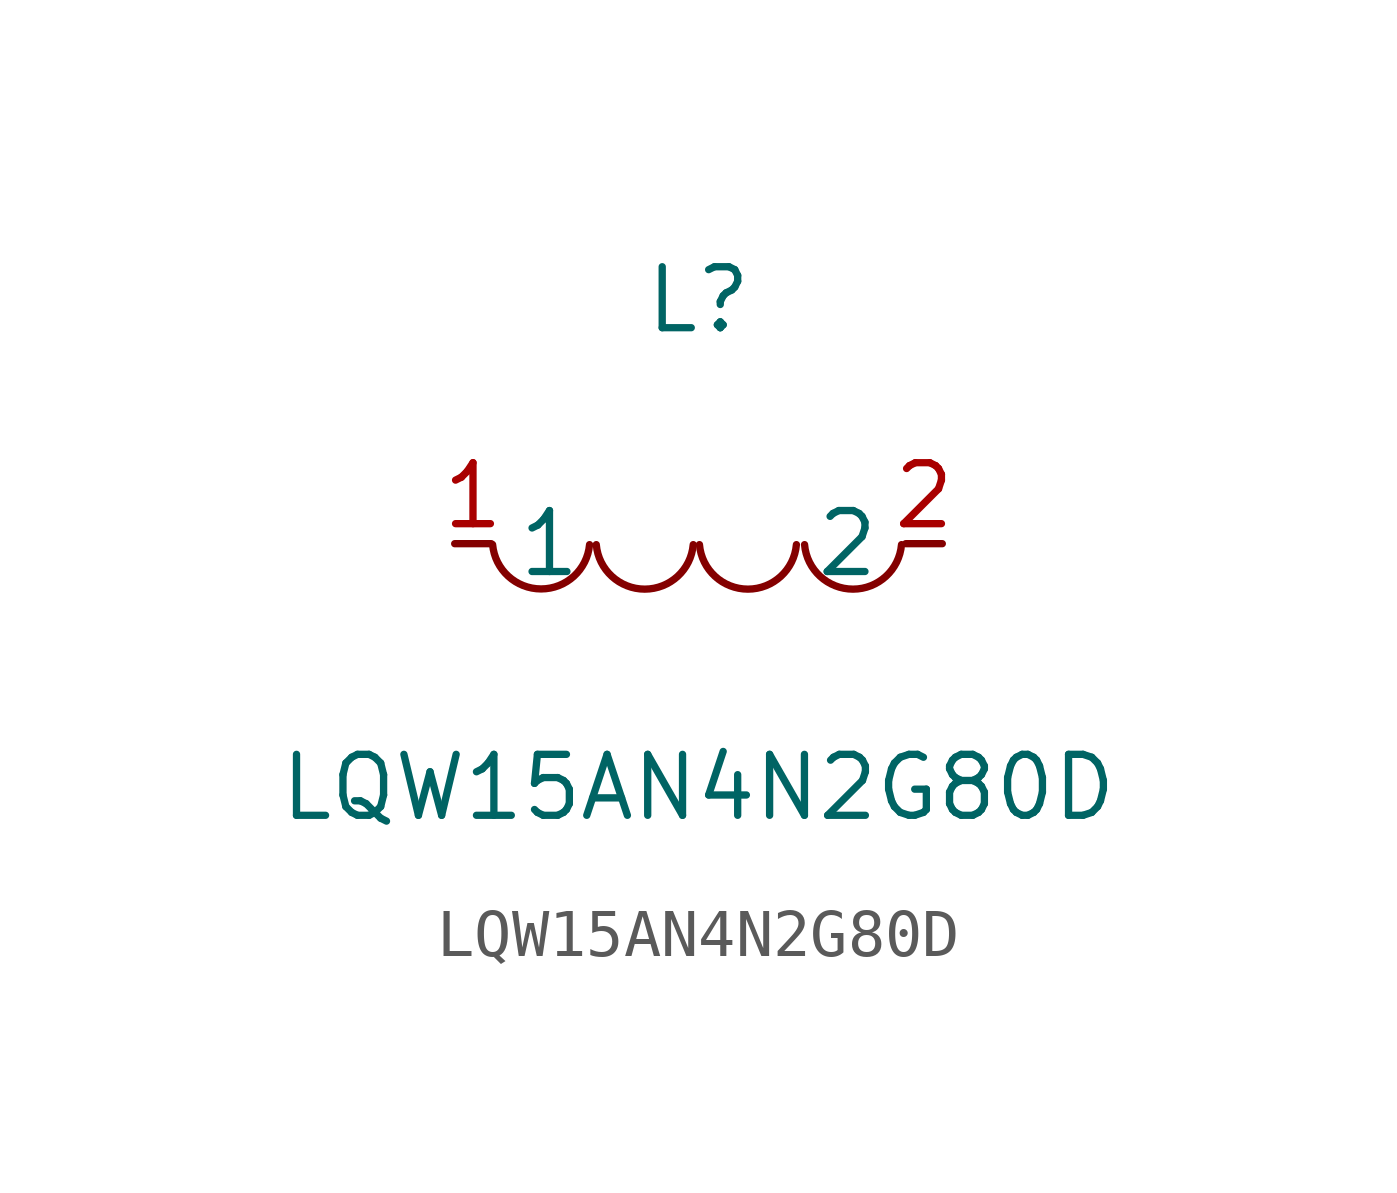
<source format=kicad_sym>
(kicad_symbol_lib
  (version 1)
  (generator "faebryk")
  (symbol "LQW15AN4N2G80D"
    (property "Reference" "L"
      (at 0 5.08 0)
      (effects (font (size 1.27 1.27)) (hide no)))
    (property "Value" "LQW15AN4N2G80D"
      (at 0 -5.08 0)
      (effects (font (size 1.27 1.27)) (hide no)))
    (symbol "LQW15AN4N2G80D_0_1"
      (arc (start 2.21 -0.02) (mid 3.68 -1.01) (end 4.23 -0.02) (stroke (width 0) (type default) (color 0 0 0 0)) (fill (type none)))
      (arc (start 0.02 -0.02) (mid 1.49 -1.01) (end 2.04 -0.02) (stroke (width 0) (type default) (color 0 0 0 0)) (fill (type none)))
      (arc (start -2.13 -0.02) (mid -0.66 -1.01) (end -0.11 -0.02) (stroke (width 0) (type default) (color 0 0 0 0)) (fill (type none)))
      (arc (start -4.29 -0.02) (mid -2.81 -1.01) (end -2.27 -0.02) (stroke (width 0) (type default) (color 0 0 0 0)) (fill (type none)))
      (pin unspecified line (at -5.08 0 0) (length 0.762) (name "1" (effects (font (size 1.27 1.27)) (hide no))) (number "1" (effects (font (size 1.27 1.27)) (hide no))))
      (pin unspecified line (at 5.08 0 180) (length 0.762) (name "2" (effects (font (size 1.27 1.27)) (hide no))) (number "2" (effects (font (size 1.27 1.27)) (hide no)))))))
</source>
